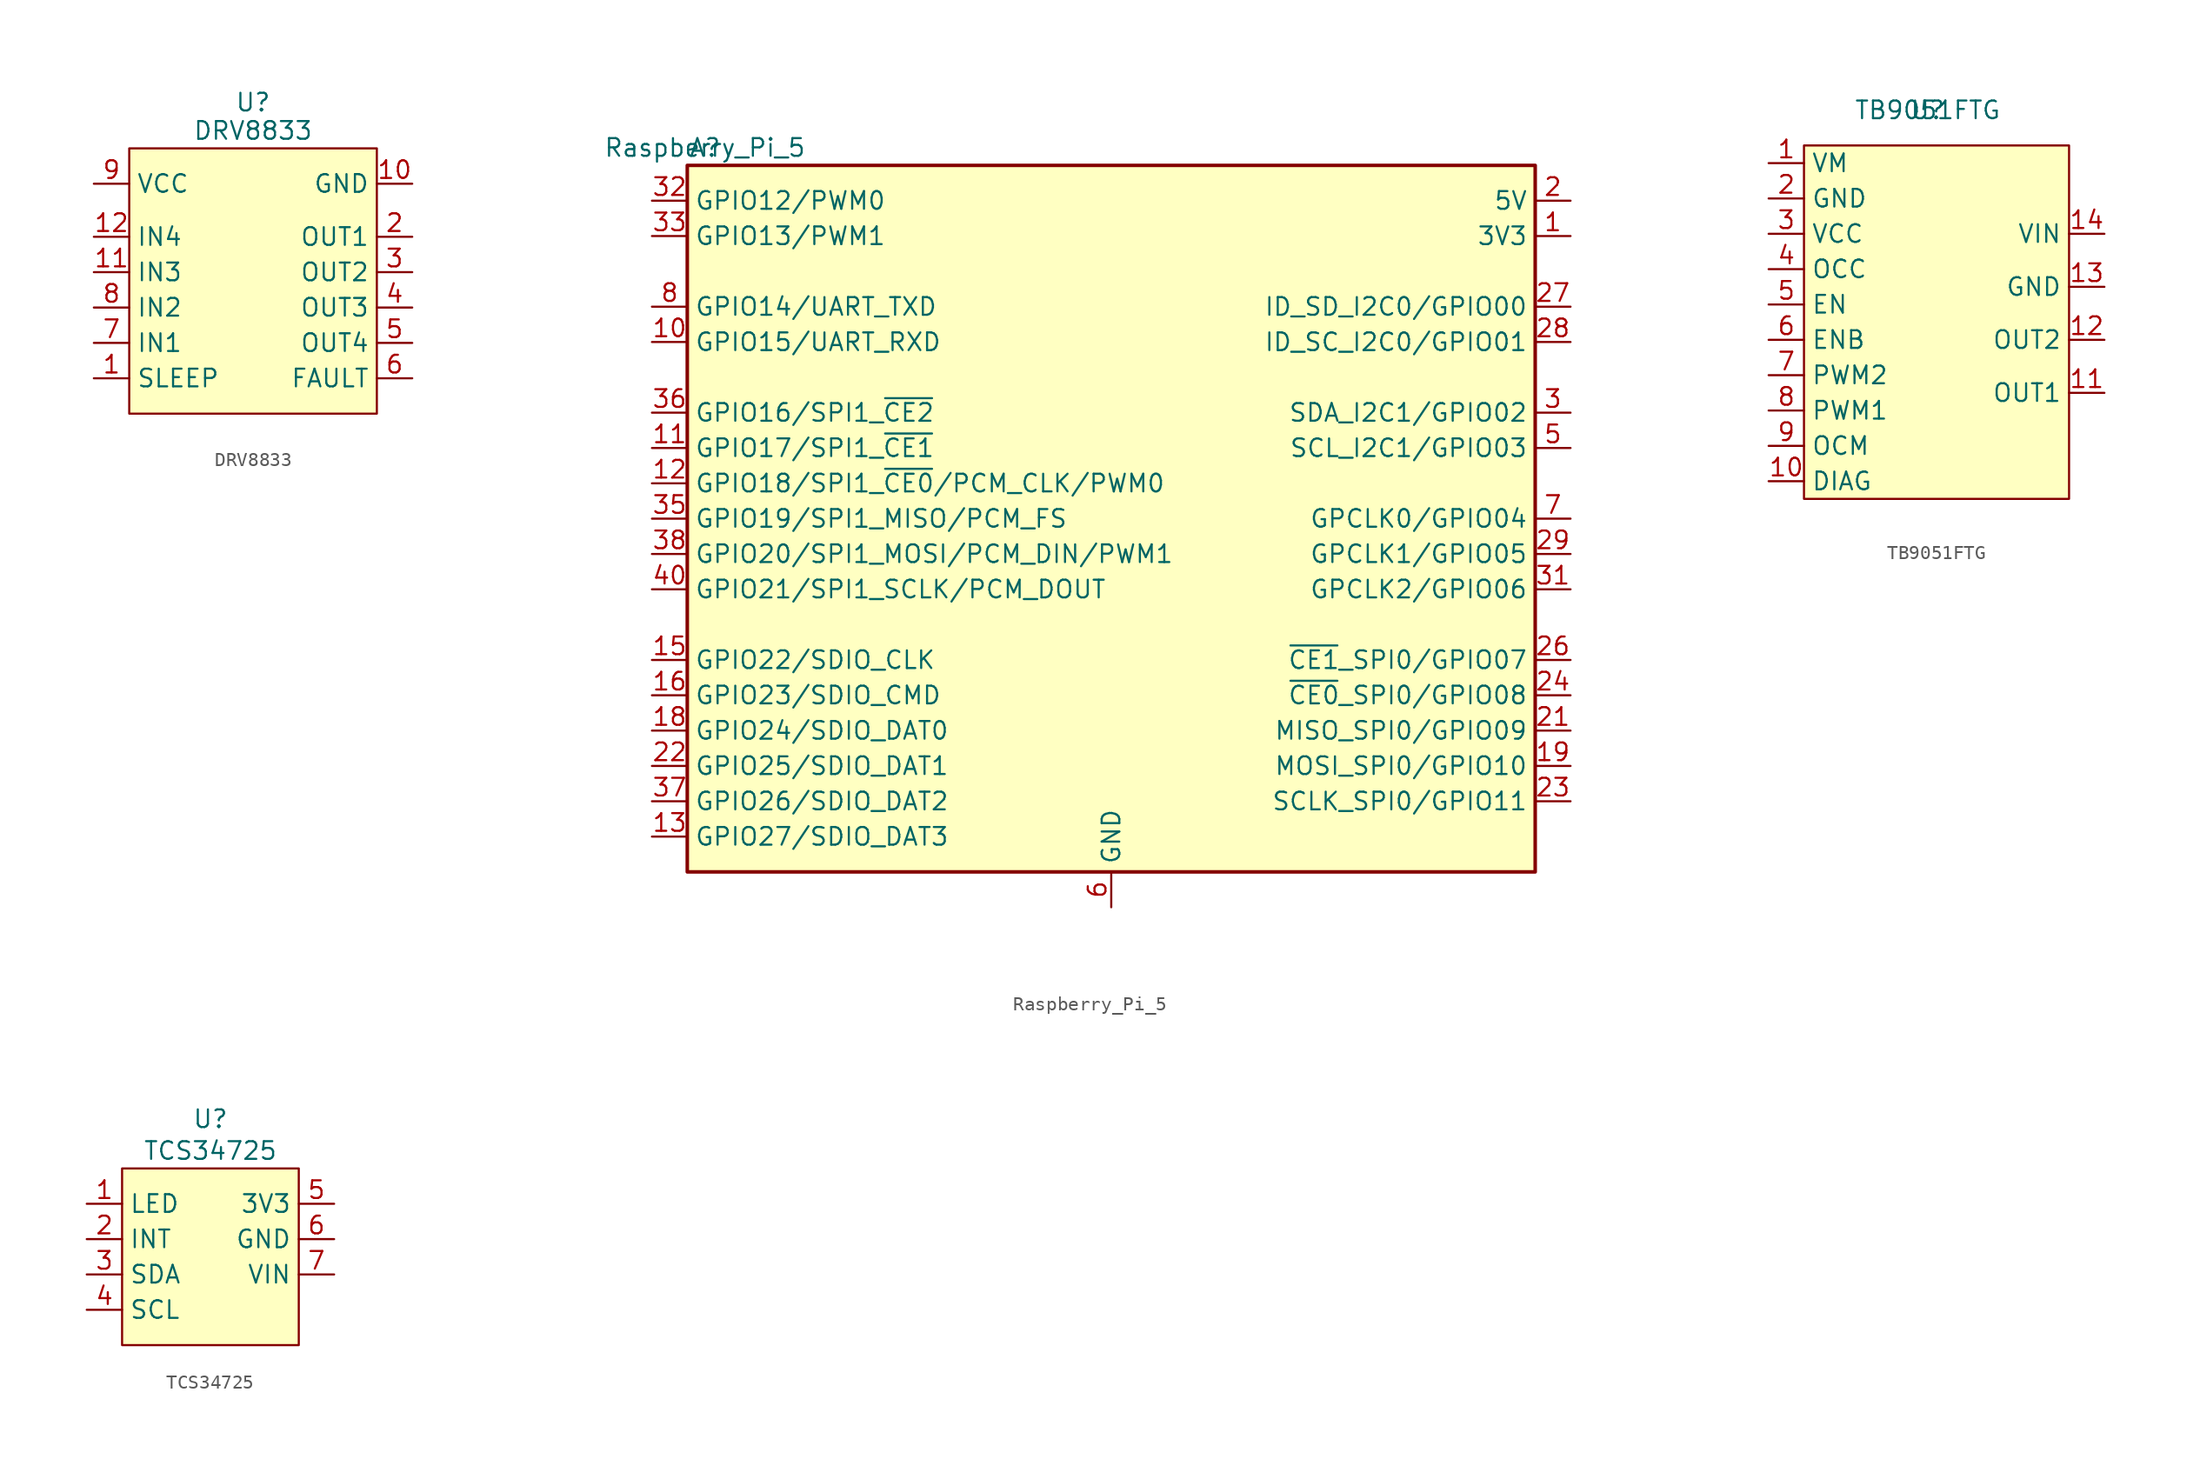
<source format=kicad_sym>
(kicad_symbol_lib
  (version 20241209)
  (generator "kicad_symbol_editor")
  (generator_version "9.0")
  (symbol "DRV8833"
    (property "Reference" "U"
      (at 0 12.192 0)
      (effects (font (size 1.27 1.27))))
    (property "Value" "DRV8833"
      (at 0 10.16 0)
      (effects (font (size 1.27 1.27))))
    (symbol "DRV8833_1_1"
      (rectangle (start -8.89 8.89) (end 8.89 -10.16) (stroke (width 0) (type solid)) (fill (type background)))
      (pin power_in line (at -11.43 6.35 0) (length 2.54) (name "VCC" (effects (font (size 1.27 1.27)))) (number "9" (effects (font (size 1.27 1.27)))))
      (pin input line (at -11.43 2.54 0) (length 2.54) (name "IN4" (effects (font (size 1.27 1.27)))) (number "12" (effects (font (size 1.27 1.27)))))
      (pin input line (at -11.43 0 0) (length 2.54) (name "IN3" (effects (font (size 1.27 1.27)))) (number "11" (effects (font (size 1.27 1.27)))))
      (pin input line (at -11.43 -2.54 0) (length 2.54) (name "IN2" (effects (font (size 1.27 1.27)))) (number "8" (effects (font (size 1.27 1.27)))))
      (pin input line (at -11.43 -5.08 0) (length 2.54) (name "IN1" (effects (font (size 1.27 1.27)))) (number "7" (effects (font (size 1.27 1.27)))))
      (pin input line (at -11.43 -7.62 0) (length 2.54) (name "SLEEP" (effects (font (size 1.27 1.27)))) (number "1" (effects (font (size 1.27 1.27)))))
      (pin power_in line (at 11.43 6.35 180) (length 2.54) (name "GND" (effects (font (size 1.27 1.27)))) (number "10" (effects (font (size 1.27 1.27)))))
      (pin output line (at 11.43 2.54 180) (length 2.54) (name "OUT1" (effects (font (size 1.27 1.27)))) (number "2" (effects (font (size 1.27 1.27)))))
      (pin output line (at 11.43 0 180) (length 2.54) (name "OUT2" (effects (font (size 1.27 1.27)))) (number "3" (effects (font (size 1.27 1.27)))))
      (pin output line (at 11.43 -2.54 180) (length 2.54) (name "OUT3" (effects (font (size 1.27 1.27)))) (number "4" (effects (font (size 1.27 1.27)))))
      (pin output line (at 11.43 -5.08 180) (length 2.54) (name "OUT4" (effects (font (size 1.27 1.27)))) (number "5" (effects (font (size 1.27 1.27)))))
      (pin open_collector line (at 11.43 -7.62 180) (length 2.54) (name "FAULT" (effects (font (size 1.27 1.27)))) (number "6" (effects (font (size 1.27 1.27)))))))
  (symbol "Raspberry_Pi_5"
    (property "Reference" "A"
      (at 0 0 0)
      (effects (font (size 1.27 1.27))))
    (property "Value" "Raspberry_Pi_5"
      (at 0 0 0)
      (effects (font (size 1.27 1.27))))
    (symbol "Raspberry_Pi_5_0_1"
      (rectangle (start -1.27 -1.27) (end 59.69 -52.07) (stroke (width 0.254) (type default)) (fill (type background))))
    (symbol "Raspberry_Pi_5_1_1"
      (pin bidirectional line (at -3.81 -3.81 0) (length 2.54) (name "GPIO12/PWM0" (effects (font (size 1.27 1.27)))) (number "32" (effects (font (size 1.27 1.27)))))
      (pin bidirectional line (at -3.81 -6.35 0) (length 2.54) (name "GPIO13/PWM1" (effects (font (size 1.27 1.27)))) (number "33" (effects (font (size 1.27 1.27)))))
      (pin bidirectional line (at -3.81 -11.43 0) (length 2.54) (name "GPIO14/UART_TXD" (effects (font (size 1.27 1.27)))) (number "8" (effects (font (size 1.27 1.27)))))
      (pin bidirectional line (at -3.81 -13.97 0) (length 2.54) (name "GPIO15/UART_RXD" (effects (font (size 1.27 1.27)))) (number "10" (effects (font (size 1.27 1.27)))))
      (pin bidirectional line (at -3.81 -19.05 0) (length 2.54) (name "GPIO16/SPI1_~{CE2}" (effects (font (size 1.27 1.27)))) (number "36" (effects (font (size 1.27 1.27)))))
      (pin bidirectional line (at -3.81 -21.59 0) (length 2.54) (name "GPIO17/SPI1_~{CE1}" (effects (font (size 1.27 1.27)))) (number "11" (effects (font (size 1.27 1.27)))))
      (pin bidirectional line (at -3.81 -24.13 0) (length 2.54) (name "GPIO18/SPI1_~{CE0}/PCM_CLK/PWM0" (effects (font (size 1.27 1.27)))) (number "12" (effects (font (size 1.27 1.27)))))
      (pin bidirectional line (at -3.81 -26.67 0) (length 2.54) (name "GPIO19/SPI1_MISO/PCM_FS" (effects (font (size 1.27 1.27)))) (number "35" (effects (font (size 1.27 1.27)))))
      (pin bidirectional line (at -3.81 -29.21 0) (length 2.54) (name "GPIO20/SPI1_MOSI/PCM_DIN/PWM1" (effects (font (size 1.27 1.27)))) (number "38" (effects (font (size 1.27 1.27)))))
      (pin bidirectional line (at -3.81 -31.75 0) (length 2.54) (name "GPIO21/SPI1_SCLK/PCM_DOUT" (effects (font (size 1.27 1.27)))) (number "40" (effects (font (size 1.27 1.27)))))
      (pin bidirectional line (at -3.81 -36.83 0) (length 2.54) (name "GPIO22/SDIO_CLK" (effects (font (size 1.27 1.27)))) (number "15" (effects (font (size 1.27 1.27)))))
      (pin bidirectional line (at -3.81 -39.37 0) (length 2.54) (name "GPIO23/SDIO_CMD" (effects (font (size 1.27 1.27)))) (number "16" (effects (font (size 1.27 1.27)))))
      (pin bidirectional line (at -3.81 -41.91 0) (length 2.54) (name "GPIO24/SDIO_DAT0" (effects (font (size 1.27 1.27)))) (number "18" (effects (font (size 1.27 1.27)))))
      (pin bidirectional line (at -3.81 -44.45 0) (length 2.54) (name "GPIO25/SDIO_DAT1" (effects (font (size 1.27 1.27)))) (number "22" (effects (font (size 1.27 1.27)))))
      (pin bidirectional line (at -3.81 -46.99 0) (length 2.54) (name "GPIO26/SDIO_DAT2" (effects (font (size 1.27 1.27)))) (number "37" (effects (font (size 1.27 1.27)))))
      (pin bidirectional line (at -3.81 -49.53 0) (length 2.54) (name "GPIO27/SDIO_DAT3" (effects (font (size 1.27 1.27)))) (number "13" (effects (font (size 1.27 1.27)))))
      (pin passive line (at 29.21 -54.61 90) (length 2.54) (hide yes) (name "GND" (effects (font (size 1.27 1.27)))) (number "14" (effects (font (size 1.27 1.27)))))
      (pin passive line (at 29.21 -54.61 90) (length 2.54) (hide yes) (name "GND" (effects (font (size 1.27 1.27)))) (number "20" (effects (font (size 1.27 1.27)))))
      (pin passive line (at 29.21 -54.61 90) (length 2.54) (hide yes) (name "GND" (effects (font (size 1.27 1.27)))) (number "25" (effects (font (size 1.27 1.27)))))
      (pin passive line (at 29.21 -54.61 90) (length 2.54) (hide yes) (name "GND" (effects (font (size 1.27 1.27)))) (number "30" (effects (font (size 1.27 1.27)))))
      (pin passive line (at 29.21 -54.61 90) (length 2.54) (hide yes) (name "GND" (effects (font (size 1.27 1.27)))) (number "34" (effects (font (size 1.27 1.27)))))
      (pin passive line (at 29.21 -54.61 90) (length 2.54) (hide yes) (name "GND" (effects (font (size 1.27 1.27)))) (number "39" (effects (font (size 1.27 1.27)))))
      (pin power_in line (at 29.21 -54.61 90) (length 2.54) (name "GND" (effects (font (size 1.27 1.27)))) (number "6" (effects (font (size 1.27 1.27)))))
      (pin passive line (at 29.21 -54.61 90) (length 2.54) (hide yes) (name "GND" (effects (font (size 1.27 1.27)))) (number "9" (effects (font (size 1.27 1.27)))))
      (pin power_out line (at 62.23 -3.81 180) (length 2.54) (name "5V" (effects (font (size 1.27 1.27)))) (number "2" (effects (font (size 1.27 1.27)))))
      (pin passive line (at 62.23 -3.81 180) (length 2.54) (hide yes) (name "5V" (effects (font (size 1.27 1.27)))) (number "4" (effects (font (size 1.27 1.27)))))
      (pin power_out line (at 62.23 -6.35 180) (length 2.54) (name "3V3" (effects (font (size 1.27 1.27)))) (number "1" (effects (font (size 1.27 1.27)))))
      (pin passive line (at 62.23 -6.35 180) (length 2.54) (hide yes) (name "3V3" (effects (font (size 1.27 1.27)))) (number "17" (effects (font (size 1.27 1.27)))))
      (pin bidirectional line (at 62.23 -11.43 180) (length 2.54) (name "ID_SD_I2C0/GPIO00" (effects (font (size 1.27 1.27)))) (number "27" (effects (font (size 1.27 1.27)))))
      (pin bidirectional line (at 62.23 -13.97 180) (length 2.54) (name "ID_SC_I2C0/GPIO01" (effects (font (size 1.27 1.27)))) (number "28" (effects (font (size 1.27 1.27)))))
      (pin bidirectional line (at 62.23 -19.05 180) (length 2.54) (name "SDA_I2C1/GPIO02" (effects (font (size 1.27 1.27)))) (number "3" (effects (font (size 1.27 1.27)))))
      (pin bidirectional line (at 62.23 -21.59 180) (length 2.54) (name "SCL_I2C1/GPIO03" (effects (font (size 1.27 1.27)))) (number "5" (effects (font (size 1.27 1.27)))))
      (pin bidirectional line (at 62.23 -26.67 180) (length 2.54) (name "GPCLK0/GPIO04" (effects (font (size 1.27 1.27)))) (number "7" (effects (font (size 1.27 1.27)))))
      (pin bidirectional line (at 62.23 -29.21 180) (length 2.54) (name "GPCLK1/GPIO05" (effects (font (size 1.27 1.27)))) (number "29" (effects (font (size 1.27 1.27)))))
      (pin bidirectional line (at 62.23 -31.75 180) (length 2.54) (name "GPCLK2/GPIO06" (effects (font (size 1.27 1.27)))) (number "31" (effects (font (size 1.27 1.27)))))
      (pin bidirectional line (at 62.23 -36.83 180) (length 2.54) (name "~{CE1}_SPI0/GPIO07" (effects (font (size 1.27 1.27)))) (number "26" (effects (font (size 1.27 1.27)))))
      (pin bidirectional line (at 62.23 -39.37 180) (length 2.54) (name "~{CE0}_SPI0/GPIO08" (effects (font (size 1.27 1.27)))) (number "24" (effects (font (size 1.27 1.27)))))
      (pin bidirectional line (at 62.23 -41.91 180) (length 2.54) (name "MISO_SPI0/GPIO09" (effects (font (size 1.27 1.27)))) (number "21" (effects (font (size 1.27 1.27)))))
      (pin bidirectional line (at 62.23 -44.45 180) (length 2.54) (name "MOSI_SPI0/GPIO10" (effects (font (size 1.27 1.27)))) (number "19" (effects (font (size 1.27 1.27)))))
      (pin bidirectional line (at 62.23 -46.99 180) (length 2.54) (name "SCLK_SPI0/GPIO11" (effects (font (size 1.27 1.27)))) (number "23" (effects (font (size 1.27 1.27)))))))
  (symbol "TB9051FTG"
    (property "Reference" "U"
      (at 0 0 0)
      (effects (font (size 1.27 1.27))))
    (property "Value" "TB9051FTG"
      (at 0 0 0)
      (effects (font (size 1.27 1.27))))
    (symbol "TB9051FTG_1_1"
      (rectangle (start -8.89 -2.54) (end 10.16 -27.94) (stroke (width 0) (type solid)) (fill (type background)))
      (pin power_out line (at -11.43 -3.81 0) (length 2.54) (name "VM" (effects (font (size 1.27 1.27)))) (number "1" (effects (font (size 1.27 1.27)))))
      (pin power_in line (at -11.43 -6.35 0) (length 2.54) (name "GND" (effects (font (size 1.27 1.27)))) (number "2" (effects (font (size 1.27 1.27)))))
      (pin power_in line (at -11.43 -8.89 0) (length 2.54) (name "VCC" (effects (font (size 1.27 1.27)))) (number "3" (effects (font (size 1.27 1.27)))))
      (pin input line (at -11.43 -11.43 0) (length 2.54) (name "OCC" (effects (font (size 1.27 1.27)))) (number "4" (effects (font (size 1.27 1.27)))))
      (pin input line (at -11.43 -13.97 0) (length 2.54) (name "EN" (effects (font (size 1.27 1.27)))) (number "5" (effects (font (size 1.27 1.27)))))
      (pin input line (at -11.43 -16.51 0) (length 2.54) (name "ENB" (effects (font (size 1.27 1.27)))) (number "6" (effects (font (size 1.27 1.27)))))
      (pin input line (at -11.43 -19.05 0) (length 2.54) (name "PWM2" (effects (font (size 1.27 1.27)))) (number "7" (effects (font (size 1.27 1.27)))))
      (pin input line (at -11.43 -21.59 0) (length 2.54) (name "PWM1" (effects (font (size 1.27 1.27)))) (number "8" (effects (font (size 1.27 1.27)))))
      (pin output line (at -11.43 -24.13 0) (length 2.54) (name "OCM" (effects (font (size 1.27 1.27)))) (number "9" (effects (font (size 1.27 1.27)))))
      (pin open_collector line (at -11.43 -26.67 0) (length 2.54) (name "DIAG" (effects (font (size 1.27 1.27)))) (number "10" (effects (font (size 1.27 1.27)))))
      (pin power_in line (at 12.7 -8.89 180) (length 2.54) (name "VIN" (effects (font (size 1.27 1.27)))) (number "14" (effects (font (size 1.27 1.27)))))
      (pin power_in line (at 12.7 -12.7 180) (length 2.54) (name "GND" (effects (font (size 1.27 1.27)))) (number "13" (effects (font (size 1.27 1.27)))))
      (pin power_out line (at 12.7 -16.51 180) (length 2.54) (name "OUT2" (effects (font (size 1.27 1.27)))) (number "12" (effects (font (size 1.27 1.27)))))
      (pin power_out line (at 12.7 -20.32 180) (length 2.54) (name "OUT1" (effects (font (size 1.27 1.27)))) (number "11" (effects (font (size 1.27 1.27)))))))
  (symbol "TCS34725"
    (property "Reference" "U"
      (at 0 6.096 0)
      (effects (font (size 1.27 1.27))))
    (property "Value" "TCS34725"
      (at 0 3.81 0)
      (effects (font (size 1.27 1.27))))
    (symbol "TCS34725_1_1"
      (rectangle (start -6.35 2.54) (end 6.35 -10.16) (stroke (width 0) (type solid)) (fill (type background)))
      (pin input line (at -8.89 0 0) (length 2.54) (name "LED" (effects (font (size 1.27 1.27)))) (number "1" (effects (font (size 1.27 1.27)))))
      (pin open_collector line (at -8.89 -2.54 0) (length 2.54) (name "INT" (effects (font (size 1.27 1.27)))) (number "2" (effects (font (size 1.27 1.27)))))
      (pin bidirectional line (at -8.89 -5.08 0) (length 2.54) (name "SDA" (effects (font (size 1.27 1.27)))) (number "3" (effects (font (size 1.27 1.27)))))
      (pin bidirectional line (at -8.89 -7.62 0) (length 2.54) (name "SCL" (effects (font (size 1.27 1.27)))) (number "4" (effects (font (size 1.27 1.27)))))
      (pin power_out line (at 8.89 0 180) (length 2.54) (name "3V3" (effects (font (size 1.27 1.27)))) (number "5" (effects (font (size 1.27 1.27)))))
      (pin power_in line (at 8.89 -2.54 180) (length 2.54) (name "GND" (effects (font (size 1.27 1.27)))) (number "6" (effects (font (size 1.27 1.27)))))
      (pin power_in line (at 8.89 -5.08 180) (length 2.54) (name "VIN" (effects (font (size 1.27 1.27)))) (number "7" (effects (font (size 1.27 1.27))))))))
</source>
